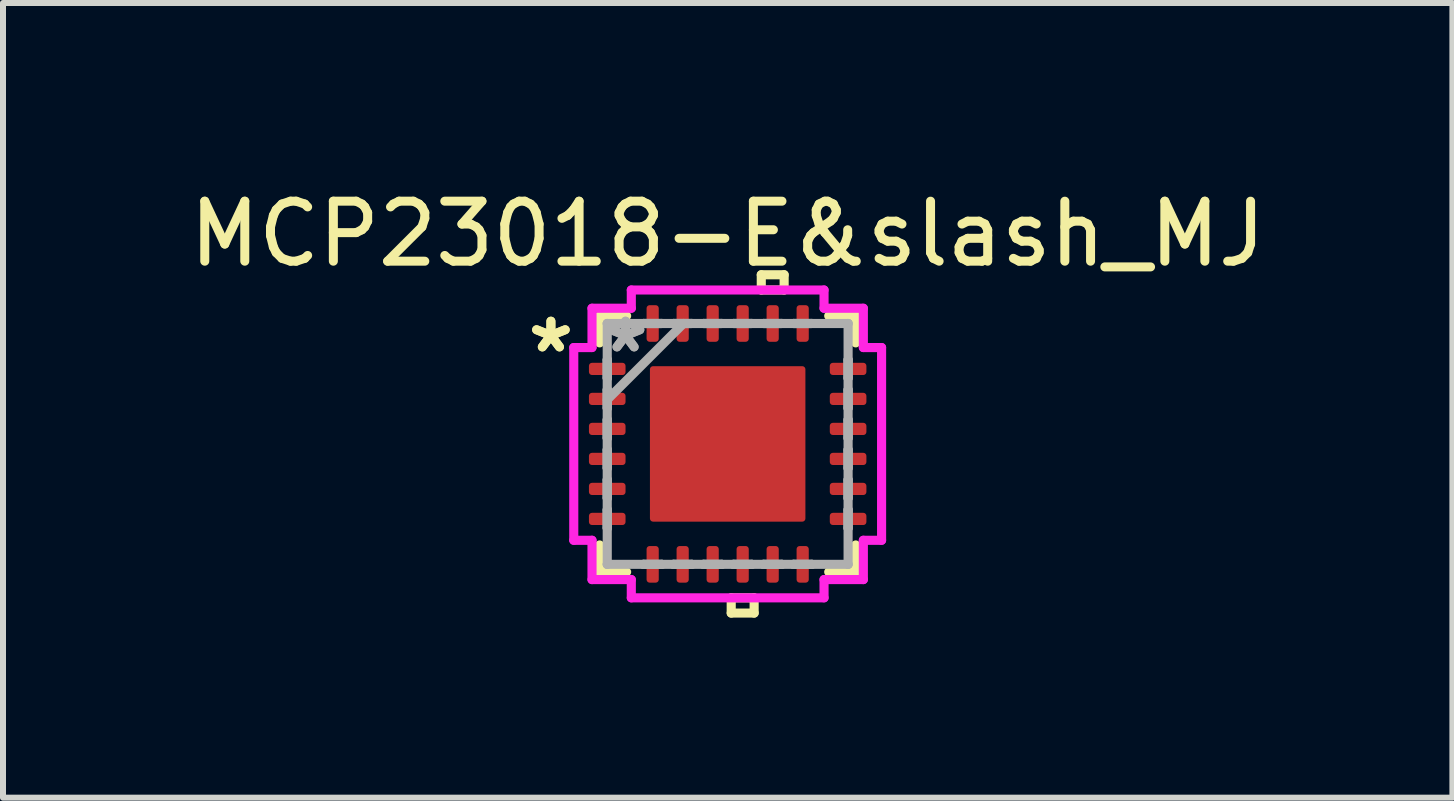
<source format=kicad_pcb>
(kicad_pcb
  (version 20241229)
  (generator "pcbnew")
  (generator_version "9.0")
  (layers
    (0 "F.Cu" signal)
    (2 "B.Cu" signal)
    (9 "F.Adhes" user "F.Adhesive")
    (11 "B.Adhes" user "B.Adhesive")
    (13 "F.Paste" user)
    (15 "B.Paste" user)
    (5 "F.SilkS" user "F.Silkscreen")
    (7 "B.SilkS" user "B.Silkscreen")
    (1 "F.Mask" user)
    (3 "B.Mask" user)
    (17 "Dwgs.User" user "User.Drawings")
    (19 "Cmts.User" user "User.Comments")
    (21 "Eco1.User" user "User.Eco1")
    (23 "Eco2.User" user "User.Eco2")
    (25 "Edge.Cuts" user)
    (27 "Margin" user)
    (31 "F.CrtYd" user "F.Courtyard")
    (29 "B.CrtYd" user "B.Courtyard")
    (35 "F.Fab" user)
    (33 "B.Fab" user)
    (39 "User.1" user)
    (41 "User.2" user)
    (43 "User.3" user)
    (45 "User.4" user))
  (footprint "MCP23018-E&slash_MJ"
    (layer "F.Cu")
    (at 9.077 4.348)
    (property "Reference" "MCP23018-E&slash_MJ" (at 0 -3.5 0) (layer "F.SilkS") (effects (font (size 1 1) (thickness 0.15))))
    (attr smd)
    (fp_line (start -2.134 -2.134) (end -2.134 -1.684) (stroke (width 0.152) (type solid)) (layer "F.SilkS"))
    (fp_line (start -2.134 1.684) (end -2.134 2.134) (stroke (width 0.152) (type solid)) (layer "F.SilkS"))
    (fp_line (start -2.134 2.134) (end -1.684 2.134) (stroke (width 0.152) (type solid)) (layer "F.SilkS"))
    (fp_line (start -1.684 -2.134) (end -2.134 -2.134) (stroke (width 0.152) (type solid)) (layer "F.SilkS"))
    (fp_line (start 0.059 2.565) (end 0.059 2.819) (stroke (width 0.152) (type solid)) (layer "F.SilkS"))
    (fp_line (start 0.059 2.819) (end 0.441 2.819) (stroke (width 0.152) (type solid)) (layer "F.SilkS"))
    (fp_line (start 0.441 2.565) (end 0.059 2.565) (stroke (width 0.152) (type solid)) (layer "F.SilkS"))
    (fp_line (start 0.441 2.819) (end 0.441 2.565) (stroke (width 0.152) (type solid)) (layer "F.SilkS"))
    (fp_line (start 0.56 -2.819) (end 0.941 -2.819) (stroke (width 0.152) (type solid)) (layer "F.SilkS"))
    (fp_line (start 0.56 -2.565) (end 0.56 -2.819) (stroke (width 0.152) (type solid)) (layer "F.SilkS"))
    (fp_line (start 0.941 -2.819) (end 0.941 -2.565) (stroke (width 0.152) (type solid)) (layer "F.SilkS"))
    (fp_line (start 0.941 -2.565) (end 0.56 -2.565) (stroke (width 0.152) (type solid)) (layer "F.SilkS"))
    (fp_line (start 1.684 2.134) (end 2.134 2.134) (stroke (width 0.152) (type solid)) (layer "F.SilkS"))
    (fp_line (start 2.134 -2.134) (end 1.684 -2.134) (stroke (width 0.152) (type solid)) (layer "F.SilkS"))
    (fp_line (start 2.134 -1.684) (end 2.134 -2.134) (stroke (width 0.152) (type solid)) (layer "F.SilkS"))
    (fp_line (start 2.134 2.134) (end 2.134 1.684) (stroke (width 0.152) (type solid)) (layer "F.SilkS"))
    (fp_line (start -1.195 -1.195) (end -1.195 -0.1) (stroke (width 0.152) (type solid)) (layer "F.Paste"))
    (fp_line (start -1.195 -0.1) (end -0.1 -0.1) (stroke (width 0.152) (type solid)) (layer "F.Paste"))
    (fp_line (start -1.195 0.1) (end -1.195 1.195) (stroke (width 0.152) (type solid)) (layer "F.Paste"))
    (fp_line (start -1.195 1.195) (end -0.1 1.195) (stroke (width 0.152) (type solid)) (layer "F.Paste"))
    (fp_line (start -0.1 -1.195) (end -1.195 -1.195) (stroke (width 0.152) (type solid)) (layer "F.Paste"))
    (fp_line (start -0.1 -0.1) (end -0.1 -1.195) (stroke (width 0.152) (type solid)) (layer "F.Paste"))
    (fp_line (start -0.1 0.1) (end -1.195 0.1) (stroke (width 0.152) (type solid)) (layer "F.Paste"))
    (fp_line (start -0.1 1.195) (end -0.1 0.1) (stroke (width 0.152) (type solid)) (layer "F.Paste"))
    (fp_line (start 0.1 -1.195) (end 0.1 -0.1) (stroke (width 0.152) (type solid)) (layer "F.Paste"))
    (fp_line (start 0.1 -0.1) (end 1.195 -0.1) (stroke (width 0.152) (type solid)) (layer "F.Paste"))
    (fp_line (start 0.1 0.1) (end 0.1 1.195) (stroke (width 0.152) (type solid)) (layer "F.Paste"))
    (fp_line (start 0.1 1.195) (end 1.195 1.195) (stroke (width 0.152) (type solid)) (layer "F.Paste"))
    (fp_line (start 1.195 -1.195) (end 0.1 -1.195) (stroke (width 0.152) (type solid)) (layer "F.Paste"))
    (fp_line (start 1.195 -0.1) (end 1.195 -1.195) (stroke (width 0.152) (type solid)) (layer "F.Paste"))
    (fp_line (start 1.195 0.1) (end 0.1 0.1) (stroke (width 0.152) (type solid)) (layer "F.Paste"))
    (fp_line (start 1.195 1.195) (end 1.195 0.1) (stroke (width 0.152) (type solid)) (layer "F.Paste"))
    (fp_line (start -2.565 -1.606) (end -2.261 -1.606) (stroke (width 0.152) (type solid)) (layer "F.CrtYd"))
    (fp_line (start -2.565 1.606) (end -2.565 -1.606) (stroke (width 0.152) (type solid)) (layer "F.CrtYd"))
    (fp_line (start -2.261 -2.261) (end -1.606 -2.261) (stroke (width 0.152) (type solid)) (layer "F.CrtYd"))
    (fp_line (start -2.261 -1.606) (end -2.261 -2.261) (stroke (width 0.152) (type solid)) (layer "F.CrtYd"))
    (fp_line (start -2.261 1.606) (end -2.565 1.606) (stroke (width 0.152) (type solid)) (layer "F.CrtYd"))
    (fp_line (start -2.261 2.261) (end -2.261 1.606) (stroke (width 0.152) (type solid)) (layer "F.CrtYd"))
    (fp_line (start -1.606 -2.565) (end 1.606 -2.565) (stroke (width 0.152) (type solid)) (layer "F.CrtYd"))
    (fp_line (start -1.606 -2.261) (end -1.606 -2.565) (stroke (width 0.152) (type solid)) (layer "F.CrtYd"))
    (fp_line (start -1.606 2.261) (end -2.261 2.261) (stroke (width 0.152) (type solid)) (layer "F.CrtYd"))
    (fp_line (start -1.606 2.565) (end -1.606 2.261) (stroke (width 0.152) (type solid)) (layer "F.CrtYd"))
    (fp_line (start 1.606 -2.565) (end 1.606 -2.261) (stroke (width 0.152) (type solid)) (layer "F.CrtYd"))
    (fp_line (start 1.606 -2.261) (end 2.261 -2.261) (stroke (width 0.152) (type solid)) (layer "F.CrtYd"))
    (fp_line (start 1.606 2.261) (end 1.606 2.565) (stroke (width 0.152) (type solid)) (layer "F.CrtYd"))
    (fp_line (start 1.606 2.565) (end -1.606 2.565) (stroke (width 0.152) (type solid)) (layer "F.CrtYd"))
    (fp_line (start 2.261 -2.261) (end 2.261 -1.606) (stroke (width 0.152) (type solid)) (layer "F.CrtYd"))
    (fp_line (start 2.261 -1.606) (end 2.565 -1.606) (stroke (width 0.152) (type solid)) (layer "F.CrtYd"))
    (fp_line (start 2.261 1.606) (end 2.261 2.261) (stroke (width 0.152) (type solid)) (layer "F.CrtYd"))
    (fp_line (start 2.261 2.261) (end 1.606 2.261) (stroke (width 0.152) (type solid)) (layer "F.CrtYd"))
    (fp_line (start 2.565 -1.606) (end 2.565 1.606) (stroke (width 0.152) (type solid)) (layer "F.CrtYd"))
    (fp_line (start 2.565 1.606) (end 2.261 1.606) (stroke (width 0.152) (type solid)) (layer "F.CrtYd"))
    (fp_line (start -2.007 -2.007) (end -2.007 -2.007) (stroke (width 0.152) (type solid)) (layer "F.Fab"))
    (fp_line (start -2.007 -2.007) (end -2.007 2.007) (stroke (width 0.152) (type solid)) (layer "F.Fab"))
    (fp_line (start -2.007 -1.402) (end -2.007 -1.402) (stroke (width 0.152) (type solid)) (layer "F.Fab"))
    (fp_line (start -2.007 -1.402) (end -2.007 -1.098) (stroke (width 0.152) (type solid)) (layer "F.Fab"))
    (fp_line (start -2.007 -1.098) (end -2.007 -1.402) (stroke (width 0.152) (type solid)) (layer "F.Fab"))
    (fp_line (start -2.007 -1.098) (end -2.007 -1.098) (stroke (width 0.152) (type solid)) (layer "F.Fab"))
    (fp_line (start -2.007 -0.902) (end -2.007 -0.902) (stroke (width 0.152) (type solid)) (layer "F.Fab"))
    (fp_line (start -2.007 -0.902) (end -2.007 -0.598) (stroke (width 0.152) (type solid)) (layer "F.Fab"))
    (fp_line (start -2.007 -0.737) (end -0.737 -2.007) (stroke (width 0.152) (type solid)) (layer "F.Fab"))
    (fp_line (start -2.007 -0.598) (end -2.007 -0.902) (stroke (width 0.152) (type solid)) (layer "F.Fab"))
    (fp_line (start -2.007 -0.598) (end -2.007 -0.598) (stroke (width 0.152) (type solid)) (layer "F.Fab"))
    (fp_line (start -2.007 -0.402) (end -2.007 -0.402) (stroke (width 0.152) (type solid)) (layer "F.Fab"))
    (fp_line (start -2.007 -0.402) (end -2.007 -0.098) (stroke (width 0.152) (type solid)) (layer "F.Fab"))
    (fp_line (start -2.007 -0.098) (end -2.007 -0.402) (stroke (width 0.152) (type solid)) (layer "F.Fab"))
    (fp_line (start -2.007 -0.098) (end -2.007 -0.098) (stroke (width 0.152) (type solid)) (layer "F.Fab"))
    (fp_line (start -2.007 0.098) (end -2.007 0.098) (stroke (width 0.152) (type solid)) (layer "F.Fab"))
    (fp_line (start -2.007 0.098) (end -2.007 0.402) (stroke (width 0.152) (type solid)) (layer "F.Fab"))
    (fp_line (start -2.007 0.402) (end -2.007 0.098) (stroke (width 0.152) (type solid)) (layer "F.Fab"))
    (fp_line (start -2.007 0.402) (end -2.007 0.402) (stroke (width 0.152) (type solid)) (layer "F.Fab"))
    (fp_line (start -2.007 0.598) (end -2.007 0.598) (stroke (width 0.152) (type solid)) (layer "F.Fab"))
    (fp_line (start -2.007 0.598) (end -2.007 0.902) (stroke (width 0.152) (type solid)) (layer "F.Fab"))
    (fp_line (start -2.007 0.902) (end -2.007 0.598) (stroke (width 0.152) (type solid)) (layer "F.Fab"))
    (fp_line (start -2.007 0.902) (end -2.007 0.902) (stroke (width 0.152) (type solid)) (layer "F.Fab"))
    (fp_line (start -2.007 1.098) (end -2.007 1.098) (stroke (width 0.152) (type solid)) (layer "F.Fab"))
    (fp_line (start -2.007 1.098) (end -2.007 1.402) (stroke (width 0.152) (type solid)) (layer "F.Fab"))
    (fp_line (start -2.007 1.402) (end -2.007 1.098) (stroke (width 0.152) (type solid)) (layer "F.Fab"))
    (fp_line (start -2.007 1.402) (end -2.007 1.402) (stroke (width 0.152) (type solid)) (layer "F.Fab"))
    (fp_line (start -2.007 2.007) (end -2.007 2.007) (stroke (width 0.152) (type solid)) (layer "F.Fab"))
    (fp_line (start -2.007 2.007) (end 2.007 2.007) (stroke (width 0.152) (type solid)) (layer "F.Fab"))
    (fp_line (start -1.402 -2.007) (end -1.402 -2.007) (stroke (width 0.152) (type solid)) (layer "F.Fab"))
    (fp_line (start -1.402 -2.007) (end -1.098 -2.007) (stroke (width 0.152) (type solid)) (layer "F.Fab"))
    (fp_line (start -1.402 2.007) (end -1.402 2.007) (stroke (width 0.152) (type solid)) (layer "F.Fab"))
    (fp_line (start -1.402 2.007) (end -1.098 2.007) (stroke (width 0.152) (type solid)) (layer "F.Fab"))
    (fp_line (start -1.098 -2.007) (end -1.402 -2.007) (stroke (width 0.152) (type solid)) (layer "F.Fab"))
    (fp_line (start -1.098 -2.007) (end -1.098 -2.007) (stroke (width 0.152) (type solid)) (layer "F.Fab"))
    (fp_line (start -1.098 2.007) (end -1.402 2.007) (stroke (width 0.152) (type solid)) (layer "F.Fab"))
    (fp_line (start -1.098 2.007) (end -1.098 2.007) (stroke (width 0.152) (type solid)) (layer "F.Fab"))
    (fp_line (start -0.902 -2.007) (end -0.902 -2.007) (stroke (width 0.152) (type solid)) (layer "F.Fab"))
    (fp_line (start -0.902 -2.007) (end -0.598 -2.007) (stroke (width 0.152) (type solid)) (layer "F.Fab"))
    (fp_line (start -0.902 2.007) (end -0.902 2.007) (stroke (width 0.152) (type solid)) (layer "F.Fab"))
    (fp_line (start -0.902 2.007) (end -0.598 2.007) (stroke (width 0.152) (type solid)) (layer "F.Fab"))
    (fp_line (start -0.598 -2.007) (end -0.902 -2.007) (stroke (width 0.152) (type solid)) (layer "F.Fab"))
    (fp_line (start -0.598 -2.007) (end -0.598 -2.007) (stroke (width 0.152) (type solid)) (layer "F.Fab"))
    (fp_line (start -0.598 2.007) (end -0.902 2.007) (stroke (width 0.152) (type solid)) (layer "F.Fab"))
    (fp_line (start -0.598 2.007) (end -0.598 2.007) (stroke (width 0.152) (type solid)) (layer "F.Fab"))
    (fp_line (start -0.402 -2.007) (end -0.402 -2.007) (stroke (width 0.152) (type solid)) (layer "F.Fab"))
    (fp_line (start -0.402 -2.007) (end -0.098 -2.007) (stroke (width 0.152) (type solid)) (layer "F.Fab"))
    (fp_line (start -0.402 2.007) (end -0.402 2.007) (stroke (width 0.152) (type solid)) (layer "F.Fab"))
    (fp_line (start -0.402 2.007) (end -0.098 2.007) (stroke (width 0.152) (type solid)) (layer "F.Fab"))
    (fp_line (start -0.098 -2.007) (end -0.402 -2.007) (stroke (width 0.152) (type solid)) (layer "F.Fab"))
    (fp_line (start -0.098 -2.007) (end -0.098 -2.007) (stroke (width 0.152) (type solid)) (layer "F.Fab"))
    (fp_line (start -0.098 2.007) (end -0.402 2.007) (stroke (width 0.152) (type solid)) (layer "F.Fab"))
    (fp_line (start -0.098 2.007) (end -0.098 2.007) (stroke (width 0.152) (type solid)) (layer "F.Fab"))
    (fp_line (start 0.098 -2.007) (end 0.098 -2.007) (stroke (width 0.152) (type solid)) (layer "F.Fab"))
    (fp_line (start 0.098 -2.007) (end 0.402 -2.007) (stroke (width 0.152) (type solid)) (layer "F.Fab"))
    (fp_line (start 0.098 2.007) (end 0.098 2.007) (stroke (width 0.152) (type solid)) (layer "F.Fab"))
    (fp_line (start 0.098 2.007) (end 0.402 2.007) (stroke (width 0.152) (type solid)) (layer "F.Fab"))
    (fp_line (start 0.402 -2.007) (end 0.098 -2.007) (stroke (width 0.152) (type solid)) (layer "F.Fab"))
    (fp_line (start 0.402 -2.007) (end 0.402 -2.007) (stroke (width 0.152) (type solid)) (layer "F.Fab"))
    (fp_line (start 0.402 2.007) (end 0.098 2.007) (stroke (width 0.152) (type solid)) (layer "F.Fab"))
    (fp_line (start 0.402 2.007) (end 0.402 2.007) (stroke (width 0.152) (type solid)) (layer "F.Fab"))
    (fp_line (start 0.598 -2.007) (end 0.598 -2.007) (stroke (width 0.152) (type solid)) (layer "F.Fab"))
    (fp_line (start 0.598 -2.007) (end 0.902 -2.007) (stroke (width 0.152) (type solid)) (layer "F.Fab"))
    (fp_line (start 0.598 2.007) (end 0.598 2.007) (stroke (width 0.152) (type solid)) (layer "F.Fab"))
    (fp_line (start 0.598 2.007) (end 0.902 2.007) (stroke (width 0.152) (type solid)) (layer "F.Fab"))
    (fp_line (start 0.902 -2.007) (end 0.598 -2.007) (stroke (width 0.152) (type solid)) (layer "F.Fab"))
    (fp_line (start 0.902 -2.007) (end 0.902 -2.007) (stroke (width 0.152) (type solid)) (layer "F.Fab"))
    (fp_line (start 0.902 2.007) (end 0.598 2.007) (stroke (width 0.152) (type solid)) (layer "F.Fab"))
    (fp_line (start 0.902 2.007) (end 0.902 2.007) (stroke (width 0.152) (type solid)) (layer "F.Fab"))
    (fp_line (start 1.098 -2.007) (end 1.098 -2.007) (stroke (width 0.152) (type solid)) (layer "F.Fab"))
    (fp_line (start 1.098 -2.007) (end 1.402 -2.007) (stroke (width 0.152) (type solid)) (layer "F.Fab"))
    (fp_line (start 1.098 2.007) (end 1.098 2.007) (stroke (width 0.152) (type solid)) (layer "F.Fab"))
    (fp_line (start 1.098 2.007) (end 1.402 2.007) (stroke (width 0.152) (type solid)) (layer "F.Fab"))
    (fp_line (start 1.402 -2.007) (end 1.098 -2.007) (stroke (width 0.152) (type solid)) (layer "F.Fab"))
    (fp_line (start 1.402 -2.007) (end 1.402 -2.007) (stroke (width 0.152) (type solid)) (layer "F.Fab"))
    (fp_line (start 1.402 2.007) (end 1.098 2.007) (stroke (width 0.152) (type solid)) (layer "F.Fab"))
    (fp_line (start 1.402 2.007) (end 1.402 2.007) (stroke (width 0.152) (type solid)) (layer "F.Fab"))
    (fp_line (start 2.007 -2.007) (end -2.007 -2.007) (stroke (width 0.152) (type solid)) (layer "F.Fab"))
    (fp_line (start 2.007 -2.007) (end 2.007 -2.007) (stroke (width 0.152) (type solid)) (layer "F.Fab"))
    (fp_line (start 2.007 -1.402) (end 2.007 -1.402) (stroke (width 0.152) (type solid)) (layer "F.Fab"))
    (fp_line (start 2.007 -1.402) (end 2.007 -1.098) (stroke (width 0.152) (type solid)) (layer "F.Fab"))
    (fp_line (start 2.007 -1.098) (end 2.007 -1.402) (stroke (width 0.152) (type solid)) (layer "F.Fab"))
    (fp_line (start 2.007 -1.098) (end 2.007 -1.098) (stroke (width 0.152) (type solid)) (layer "F.Fab"))
    (fp_line (start 2.007 -0.902) (end 2.007 -0.902) (stroke (width 0.152) (type solid)) (layer "F.Fab"))
    (fp_line (start 2.007 -0.902) (end 2.007 -0.598) (stroke (width 0.152) (type solid)) (layer "F.Fab"))
    (fp_line (start 2.007 -0.598) (end 2.007 -0.902) (stroke (width 0.152) (type solid)) (layer "F.Fab"))
    (fp_line (start 2.007 -0.598) (end 2.007 -0.598) (stroke (width 0.152) (type solid)) (layer "F.Fab"))
    (fp_line (start 2.007 -0.402) (end 2.007 -0.402) (stroke (width 0.152) (type solid)) (layer "F.Fab"))
    (fp_line (start 2.007 -0.402) (end 2.007 -0.098) (stroke (width 0.152) (type solid)) (layer "F.Fab"))
    (fp_line (start 2.007 -0.098) (end 2.007 -0.402) (stroke (width 0.152) (type solid)) (layer "F.Fab"))
    (fp_line (start 2.007 -0.098) (end 2.007 -0.098) (stroke (width 0.152) (type solid)) (layer "F.Fab"))
    (fp_line (start 2.007 0.098) (end 2.007 0.098) (stroke (width 0.152) (type solid)) (layer "F.Fab"))
    (fp_line (start 2.007 0.098) (end 2.007 0.402) (stroke (width 0.152) (type solid)) (layer "F.Fab"))
    (fp_line (start 2.007 0.402) (end 2.007 0.098) (stroke (width 0.152) (type solid)) (layer "F.Fab"))
    (fp_line (start 2.007 0.402) (end 2.007 0.402) (stroke (width 0.152) (type solid)) (layer "F.Fab"))
    (fp_line (start 2.007 0.598) (end 2.007 0.598) (stroke (width 0.152) (type solid)) (layer "F.Fab"))
    (fp_line (start 2.007 0.598) (end 2.007 0.902) (stroke (width 0.152) (type solid)) (layer "F.Fab"))
    (fp_line (start 2.007 0.902) (end 2.007 0.598) (stroke (width 0.152) (type solid)) (layer "F.Fab"))
    (fp_line (start 2.007 0.902) (end 2.007 0.902) (stroke (width 0.152) (type solid)) (layer "F.Fab"))
    (fp_line (start 2.007 1.098) (end 2.007 1.098) (stroke (width 0.152) (type solid)) (layer "F.Fab"))
    (fp_line (start 2.007 1.098) (end 2.007 1.402) (stroke (width 0.152) (type solid)) (layer "F.Fab"))
    (fp_line (start 2.007 1.402) (end 2.007 1.098) (stroke (width 0.152) (type solid)) (layer "F.Fab"))
    (fp_line (start 2.007 1.402) (end 2.007 1.402) (stroke (width 0.152) (type solid)) (layer "F.Fab"))
    (fp_line (start 2.007 2.007) (end 2.007 -2.007) (stroke (width 0.152) (type solid)) (layer "F.Fab"))
    (fp_line (start 2.007 2.007) (end 2.007 2.007) (stroke (width 0.152) (type solid)) (layer "F.Fab"))
    (fp_text user "*" (at -2.946 -1.5 0) (layer "F.SilkS") (effects (font (size 1 1) (thickness 0.15))))
    (fp_text user "*" (at -2.946 -1.5 0) (layer "F.SilkS") (effects (font (size 1 1) (thickness 0.15))))
    (fp_text user "*" (at -1.702 -1.5 0) (layer "F.Fab") (effects (font (size 1 1) (thickness 0.15))))
    (fp_text user "*" (at -1.702 -1.5 0) (layer "F.Fab") (effects (font (size 1 1) (thickness 0.15))))
    (pad "1" smd roundrect (at -2.007 -1.25 90) (size 0.203 0.61) (layers "F.Cu" "F.Mask" "F.Paste") (roundrect_rratio 0.25))
    (pad "2" smd roundrect (at -2.007 -0.75 90) (size 0.203 0.61) (layers "F.Cu" "F.Mask" "F.Paste") (roundrect_rratio 0.25))
    (pad "3" smd roundrect (at -2.007 -0.25 90) (size 0.203 0.61) (layers "F.Cu" "F.Mask" "F.Paste") (roundrect_rratio 0.25))
    (pad "4" smd roundrect (at -2.007 0.25 90) (size 0.203 0.61) (layers "F.Cu" "F.Mask" "F.Paste") (roundrect_rratio 0.25))
    (pad "5" smd roundrect (at -2.007 0.75 90) (size 0.203 0.61) (layers "F.Cu" "F.Mask" "F.Paste") (roundrect_rratio 0.25))
    (pad "6" smd roundrect (at -2.007 1.25 90) (size 0.203 0.61) (layers "F.Cu" "F.Mask" "F.Paste") (roundrect_rratio 0.25))
    (pad "7" smd roundrect (at -1.25 2.007) (size 0.203 0.61) (layers "F.Cu" "F.Mask" "F.Paste") (roundrect_rratio 0.25))
    (pad "8" smd roundrect (at -0.75 2.007) (size 0.203 0.61) (layers "F.Cu" "F.Mask" "F.Paste") (roundrect_rratio 0.25))
    (pad "9" smd roundrect (at -0.25 2.007) (size 0.203 0.61) (layers "F.Cu" "F.Mask" "F.Paste") (roundrect_rratio 0.25))
    (pad "10" smd roundrect (at 0.25 2.007) (size 0.203 0.61) (layers "F.Cu" "F.Mask" "F.Paste") (roundrect_rratio 0.25))
    (pad "11" smd roundrect (at 0.75 2.007) (size 0.203 0.61) (layers "F.Cu" "F.Mask" "F.Paste") (roundrect_rratio 0.25))
    (pad "12" smd roundrect (at 1.25 2.007) (size 0.203 0.61) (layers "F.Cu" "F.Mask" "F.Paste") (roundrect_rratio 0.25))
    (pad "13" smd roundrect (at 2.007 1.25 90) (size 0.203 0.61) (layers "F.Cu" "F.Mask" "F.Paste") (roundrect_rratio 0.25))
    (pad "14" smd roundrect (at 2.007 0.75 90) (size 0.203 0.61) (layers "F.Cu" "F.Mask" "F.Paste") (roundrect_rratio 0.25))
    (pad "15" smd roundrect (at 2.007 0.25 90) (size 0.203 0.61) (layers "F.Cu" "F.Mask" "F.Paste") (roundrect_rratio 0.25))
    (pad "16" smd roundrect (at 2.007 -0.25 90) (size 0.203 0.61) (layers "F.Cu" "F.Mask" "F.Paste") (roundrect_rratio 0.25))
    (pad "17" smd roundrect (at 2.007 -0.75 90) (size 0.203 0.61) (layers "F.Cu" "F.Mask" "F.Paste") (roundrect_rratio 0.25))
    (pad "18" smd roundrect (at 2.007 -1.25 90) (size 0.203 0.61) (layers "F.Cu" "F.Mask" "F.Paste") (roundrect_rratio 0.25))
    (pad "19" smd roundrect (at 1.25 -2.007) (size 0.203 0.61) (layers "F.Cu" "F.Mask" "F.Paste") (roundrect_rratio 0.25))
    (pad "20" smd roundrect (at 0.75 -2.007) (size 0.203 0.61) (layers "F.Cu" "F.Mask" "F.Paste") (roundrect_rratio 0.25))
    (pad "21" smd roundrect (at 0.25 -2.007) (size 0.203 0.61) (layers "F.Cu" "F.Mask" "F.Paste") (roundrect_rratio 0.25))
    (pad "22" smd roundrect (at -0.25 -2.007) (size 0.203 0.61) (layers "F.Cu" "F.Mask" "F.Paste") (roundrect_rratio 0.25))
    (pad "23" smd roundrect (at -0.75 -2.007) (size 0.203 0.61) (layers "F.Cu" "F.Mask" "F.Paste") (roundrect_rratio 0.25))
    (pad "24" smd roundrect (at -1.25 -2.007) (size 0.203 0.61) (layers "F.Cu" "F.Mask" "F.Paste") (roundrect_rratio 0.25))
    (pad "25" smd roundrect (at 0 0) (size 2.591 2.591) (layers "F.Cu" "F.Mask" "F.Paste") (roundrect_rratio 0.02)))
  (gr_rect
    (start -3 -3)
    (end 21.155 10.244)
    (stroke (width 0.1) (type default))
    (fill no)
    (layer "Edge.Cuts")))
</source>
